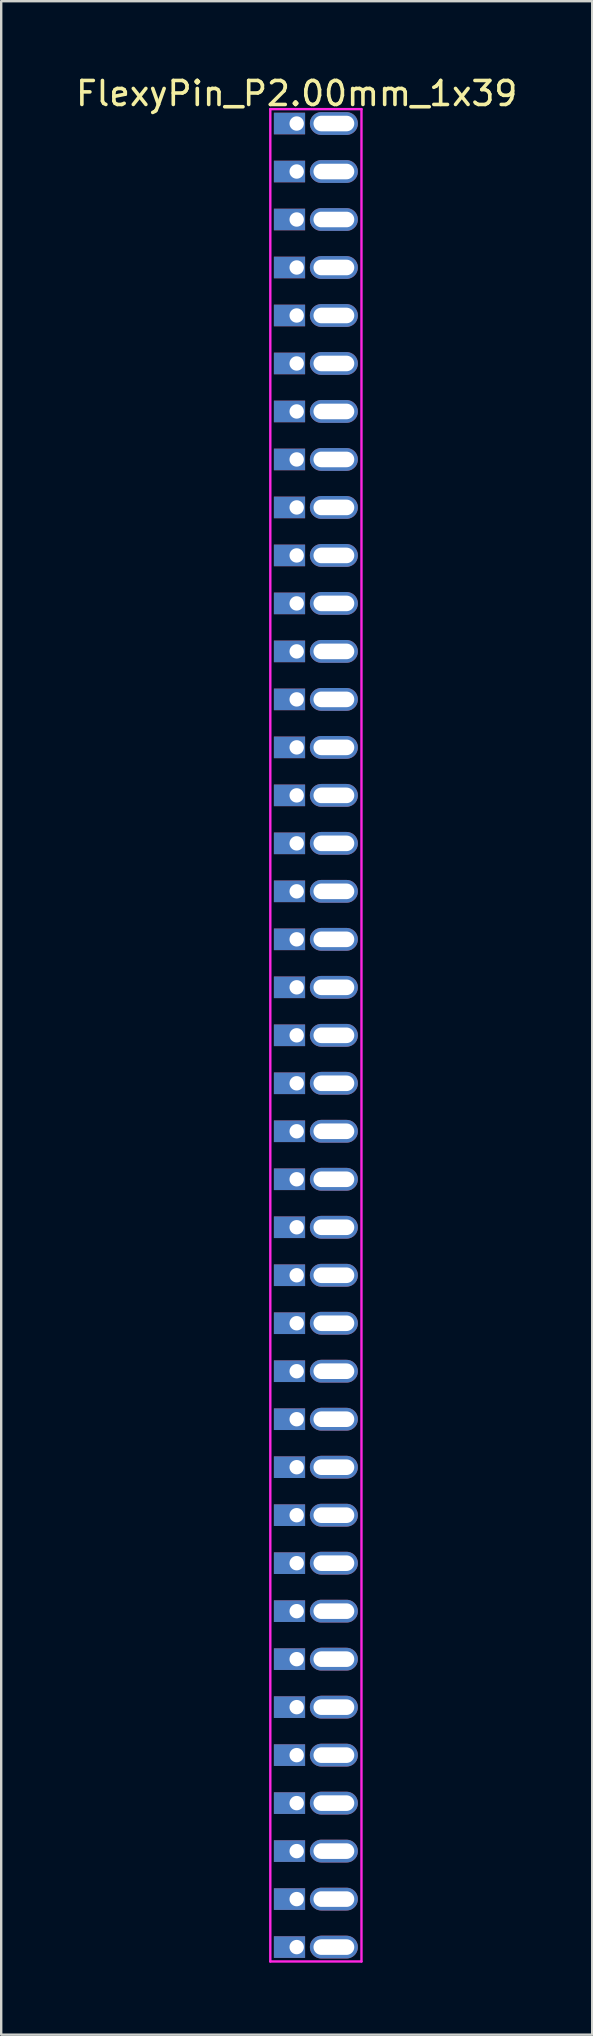
<source format=kicad_pcb>
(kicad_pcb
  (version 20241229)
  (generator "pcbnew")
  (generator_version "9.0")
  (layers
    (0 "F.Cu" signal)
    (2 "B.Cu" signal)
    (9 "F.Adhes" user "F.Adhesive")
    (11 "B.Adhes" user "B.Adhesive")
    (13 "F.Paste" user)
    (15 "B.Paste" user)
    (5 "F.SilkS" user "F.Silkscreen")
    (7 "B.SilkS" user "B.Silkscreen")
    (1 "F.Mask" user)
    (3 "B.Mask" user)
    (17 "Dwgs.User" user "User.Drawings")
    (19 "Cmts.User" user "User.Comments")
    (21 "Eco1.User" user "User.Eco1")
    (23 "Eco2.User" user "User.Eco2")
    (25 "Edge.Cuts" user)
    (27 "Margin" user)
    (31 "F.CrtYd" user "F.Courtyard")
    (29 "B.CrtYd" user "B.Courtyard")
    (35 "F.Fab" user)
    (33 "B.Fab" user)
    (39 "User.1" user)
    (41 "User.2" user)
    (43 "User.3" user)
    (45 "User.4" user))
  (footprint "FlexyPin_P2.00mm_1x39"
    (layer "F.Cu")
    (at 9.315 2.098)
    (property "Reference" "FlexyPin_P2.00mm_1x39" (at 0 -1.25 0) (layer "F.SilkS") (effects (font (size 1 1) (thickness 0.15))))
    (attr through_hole)
    (fp_line (start -1.1 -0.6) (end 2.7 -0.6) (stroke (width 0.1) (type solid)) (layer "F.CrtYd"))
    (fp_line (start -1.1 76.6) (end -1.1 -0.6) (stroke (width 0.1) (type solid)) (layer "F.CrtYd"))
    (fp_line (start 2.7 -0.6) (end 2.7 76.6) (stroke (width 0.1) (type solid)) (layer "F.CrtYd"))
    (fp_line (start 2.7 76.6) (end -1.1 76.6) (stroke (width 0.1) (type solid)) (layer "F.CrtYd"))
    (pad "" thru_hole oval (at 1.55 0) (size 2 0.95) (drill oval 1.7 0.65) (layers "*.Cu" "*.Mask"))
    (pad "" thru_hole oval (at 1.55 2) (size 2 0.95) (drill oval 1.7 0.65) (layers "*.Cu" "*.Mask"))
    (pad "" thru_hole oval (at 1.55 4) (size 2 0.95) (drill oval 1.7 0.65) (layers "*.Cu" "*.Mask"))
    (pad "" thru_hole oval (at 1.55 6) (size 2 0.95) (drill oval 1.7 0.65) (layers "*.Cu" "*.Mask"))
    (pad "" thru_hole oval (at 1.55 8) (size 2 0.95) (drill oval 1.7 0.65) (layers "*.Cu" "*.Mask"))
    (pad "" thru_hole oval (at 1.55 10) (size 2 0.95) (drill oval 1.7 0.65) (layers "*.Cu" "*.Mask"))
    (pad "" thru_hole oval (at 1.55 12) (size 2 0.95) (drill oval 1.7 0.65) (layers "*.Cu" "*.Mask"))
    (pad "" thru_hole oval (at 1.55 14) (size 2 0.95) (drill oval 1.7 0.65) (layers "*.Cu" "*.Mask"))
    (pad "" thru_hole oval (at 1.55 16) (size 2 0.95) (drill oval 1.7 0.65) (layers "*.Cu" "*.Mask"))
    (pad "" thru_hole oval (at 1.55 18) (size 2 0.95) (drill oval 1.7 0.65) (layers "*.Cu" "*.Mask"))
    (pad "" thru_hole oval (at 1.55 20) (size 2 0.95) (drill oval 1.7 0.65) (layers "*.Cu" "*.Mask"))
    (pad "" thru_hole oval (at 1.55 22) (size 2 0.95) (drill oval 1.7 0.65) (layers "*.Cu" "*.Mask"))
    (pad "" thru_hole oval (at 1.55 24) (size 2 0.95) (drill oval 1.7 0.65) (layers "*.Cu" "*.Mask"))
    (pad "" thru_hole oval (at 1.55 26) (size 2 0.95) (drill oval 1.7 0.65) (layers "*.Cu" "*.Mask"))
    (pad "" thru_hole oval (at 1.55 28) (size 2 0.95) (drill oval 1.7 0.65) (layers "*.Cu" "*.Mask"))
    (pad "" thru_hole oval (at 1.55 30) (size 2 0.95) (drill oval 1.7 0.65) (layers "*.Cu" "*.Mask"))
    (pad "" thru_hole oval (at 1.55 32) (size 2 0.95) (drill oval 1.7 0.65) (layers "*.Cu" "*.Mask"))
    (pad "" thru_hole oval (at 1.55 34) (size 2 0.95) (drill oval 1.7 0.65) (layers "*.Cu" "*.Mask"))
    (pad "" thru_hole oval (at 1.55 36) (size 2 0.95) (drill oval 1.7 0.65) (layers "*.Cu" "*.Mask"))
    (pad "" thru_hole oval (at 1.55 38) (size 2 0.95) (drill oval 1.7 0.65) (layers "*.Cu" "*.Mask"))
    (pad "" thru_hole oval (at 1.55 40) (size 2 0.95) (drill oval 1.7 0.65) (layers "*.Cu" "*.Mask"))
    (pad "" thru_hole oval (at 1.55 42) (size 2 0.95) (drill oval 1.7 0.65) (layers "*.Cu" "*.Mask"))
    (pad "" thru_hole oval (at 1.55 44) (size 2 0.95) (drill oval 1.7 0.65) (layers "*.Cu" "*.Mask"))
    (pad "" thru_hole oval (at 1.55 46) (size 2 0.95) (drill oval 1.7 0.65) (layers "*.Cu" "*.Mask"))
    (pad "" thru_hole oval (at 1.55 48) (size 2 0.95) (drill oval 1.7 0.65) (layers "*.Cu" "*.Mask"))
    (pad "" thru_hole oval (at 1.55 50) (size 2 0.95) (drill oval 1.7 0.65) (layers "*.Cu" "*.Mask"))
    (pad "" thru_hole oval (at 1.55 52) (size 2 0.95) (drill oval 1.7 0.65) (layers "*.Cu" "*.Mask"))
    (pad "" thru_hole oval (at 1.55 54) (size 2 0.95) (drill oval 1.7 0.65) (layers "*.Cu" "*.Mask"))
    (pad "" thru_hole oval (at 1.55 56) (size 2 0.95) (drill oval 1.7 0.65) (layers "*.Cu" "*.Mask"))
    (pad "" thru_hole oval (at 1.55 58) (size 2 0.95) (drill oval 1.7 0.65) (layers "*.Cu" "*.Mask"))
    (pad "" thru_hole oval (at 1.55 60) (size 2 0.95) (drill oval 1.7 0.65) (layers "*.Cu" "*.Mask"))
    (pad "" thru_hole oval (at 1.55 62) (size 2 0.95) (drill oval 1.7 0.65) (layers "*.Cu" "*.Mask"))
    (pad "" thru_hole oval (at 1.55 64) (size 2 0.95) (drill oval 1.7 0.65) (layers "*.Cu" "*.Mask"))
    (pad "" thru_hole oval (at 1.55 66) (size 2 0.95) (drill oval 1.7 0.65) (layers "*.Cu" "*.Mask"))
    (pad "" thru_hole oval (at 1.55 68) (size 2 0.95) (drill oval 1.7 0.65) (layers "*.Cu" "*.Mask"))
    (pad "" thru_hole oval (at 1.55 70) (size 2 0.95) (drill oval 1.7 0.65) (layers "*.Cu" "*.Mask"))
    (pad "" thru_hole oval (at 1.55 72) (size 2 0.95) (drill oval 1.7 0.65) (layers "*.Cu" "*.Mask"))
    (pad "" thru_hole oval (at 1.55 74) (size 2 0.95) (drill oval 1.7 0.65) (layers "*.Cu" "*.Mask"))
    (pad "" thru_hole oval (at 1.55 76) (size 2 0.95) (drill oval 1.7 0.65) (layers "*.Cu" "*.Mask"))
    (pad "1" thru_hole rect (at 0 0) (size 1.3 0.9) (drill 0.6 (offset -0.3 0)) (layers "*.Cu" "*.Mask"))
    (pad "2" thru_hole rect (at 0 2) (size 1.3 0.9) (drill 0.6 (offset -0.3 0)) (layers "*.Cu" "*.Mask"))
    (pad "3" thru_hole rect (at 0 4) (size 1.3 0.9) (drill 0.6 (offset -0.3 0)) (layers "*.Cu" "*.Mask"))
    (pad "4" thru_hole rect (at 0 6) (size 1.3 0.9) (drill 0.6 (offset -0.3 0)) (layers "*.Cu" "*.Mask"))
    (pad "5" thru_hole rect (at 0 8) (size 1.3 0.9) (drill 0.6 (offset -0.3 0)) (layers "*.Cu" "*.Mask"))
    (pad "6" thru_hole rect (at 0 10) (size 1.3 0.9) (drill 0.6 (offset -0.3 0)) (layers "*.Cu" "*.Mask"))
    (pad "7" thru_hole rect (at 0 12) (size 1.3 0.9) (drill 0.6 (offset -0.3 0)) (layers "*.Cu" "*.Mask"))
    (pad "8" thru_hole rect (at 0 14) (size 1.3 0.9) (drill 0.6 (offset -0.3 0)) (layers "*.Cu" "*.Mask"))
    (pad "9" thru_hole rect (at 0 16) (size 1.3 0.9) (drill 0.6 (offset -0.3 0)) (layers "*.Cu" "*.Mask"))
    (pad "10" thru_hole rect (at 0 18) (size 1.3 0.9) (drill 0.6 (offset -0.3 0)) (layers "*.Cu" "*.Mask"))
    (pad "11" thru_hole rect (at 0 20) (size 1.3 0.9) (drill 0.6 (offset -0.3 0)) (layers "*.Cu" "*.Mask"))
    (pad "12" thru_hole rect (at 0 22) (size 1.3 0.9) (drill 0.6 (offset -0.3 0)) (layers "*.Cu" "*.Mask"))
    (pad "13" thru_hole rect (at 0 24) (size 1.3 0.9) (drill 0.6 (offset -0.3 0)) (layers "*.Cu" "*.Mask"))
    (pad "14" thru_hole rect (at 0 26) (size 1.3 0.9) (drill 0.6 (offset -0.3 0)) (layers "*.Cu" "*.Mask"))
    (pad "15" thru_hole rect (at 0 28) (size 1.3 0.9) (drill 0.6 (offset -0.3 0)) (layers "*.Cu" "*.Mask"))
    (pad "16" thru_hole rect (at 0 30) (size 1.3 0.9) (drill 0.6 (offset -0.3 0)) (layers "*.Cu" "*.Mask"))
    (pad "17" thru_hole rect (at 0 32) (size 1.3 0.9) (drill 0.6 (offset -0.3 0)) (layers "*.Cu" "*.Mask"))
    (pad "18" thru_hole rect (at 0 34) (size 1.3 0.9) (drill 0.6 (offset -0.3 0)) (layers "*.Cu" "*.Mask"))
    (pad "19" thru_hole rect (at 0 36) (size 1.3 0.9) (drill 0.6 (offset -0.3 0)) (layers "*.Cu" "*.Mask"))
    (pad "20" thru_hole rect (at 0 38) (size 1.3 0.9) (drill 0.6 (offset -0.3 0)) (layers "*.Cu" "*.Mask"))
    (pad "21" thru_hole rect (at 0 40) (size 1.3 0.9) (drill 0.6 (offset -0.3 0)) (layers "*.Cu" "*.Mask"))
    (pad "22" thru_hole rect (at 0 42) (size 1.3 0.9) (drill 0.6 (offset -0.3 0)) (layers "*.Cu" "*.Mask"))
    (pad "23" thru_hole rect (at 0 44) (size 1.3 0.9) (drill 0.6 (offset -0.3 0)) (layers "*.Cu" "*.Mask"))
    (pad "24" thru_hole rect (at 0 46) (size 1.3 0.9) (drill 0.6 (offset -0.3 0)) (layers "*.Cu" "*.Mask"))
    (pad "25" thru_hole rect (at 0 48) (size 1.3 0.9) (drill 0.6 (offset -0.3 0)) (layers "*.Cu" "*.Mask"))
    (pad "26" thru_hole rect (at 0 50) (size 1.3 0.9) (drill 0.6 (offset -0.3 0)) (layers "*.Cu" "*.Mask"))
    (pad "27" thru_hole rect (at 0 52) (size 1.3 0.9) (drill 0.6 (offset -0.3 0)) (layers "*.Cu" "*.Mask"))
    (pad "28" thru_hole rect (at 0 54) (size 1.3 0.9) (drill 0.6 (offset -0.3 0)) (layers "*.Cu" "*.Mask"))
    (pad "29" thru_hole rect (at 0 56) (size 1.3 0.9) (drill 0.6 (offset -0.3 0)) (layers "*.Cu" "*.Mask"))
    (pad "30" thru_hole rect (at 0 58) (size 1.3 0.9) (drill 0.6 (offset -0.3 0)) (layers "*.Cu" "*.Mask"))
    (pad "31" thru_hole rect (at 0 60) (size 1.3 0.9) (drill 0.6 (offset -0.3 0)) (layers "*.Cu" "*.Mask"))
    (pad "32" thru_hole rect (at 0 62) (size 1.3 0.9) (drill 0.6 (offset -0.3 0)) (layers "*.Cu" "*.Mask"))
    (pad "33" thru_hole rect (at 0 64) (size 1.3 0.9) (drill 0.6 (offset -0.3 0)) (layers "*.Cu" "*.Mask"))
    (pad "34" thru_hole rect (at 0 66) (size 1.3 0.9) (drill 0.6 (offset -0.3 0)) (layers "*.Cu" "*.Mask"))
    (pad "35" thru_hole rect (at 0 68) (size 1.3 0.9) (drill 0.6 (offset -0.3 0)) (layers "*.Cu" "*.Mask"))
    (pad "36" thru_hole rect (at 0 70) (size 1.3 0.9) (drill 0.6 (offset -0.3 0)) (layers "*.Cu" "*.Mask"))
    (pad "37" thru_hole rect (at 0 72) (size 1.3 0.9) (drill 0.6 (offset -0.3 0)) (layers "*.Cu" "*.Mask"))
    (pad "38" thru_hole rect (at 0 74) (size 1.3 0.9) (drill 0.6 (offset -0.3 0)) (layers "*.Cu" "*.Mask"))
    (pad "39" thru_hole rect (at 0 76) (size 1.3 0.9) (drill 0.6 (offset -0.3 0)) (layers "*.Cu" "*.Mask")))
  (gr_rect
    (start -3 -3)
    (end 21.631 81.748)
    (stroke (width 0.1) (type default))
    (fill no)
    (layer "Edge.Cuts")))
</source>
